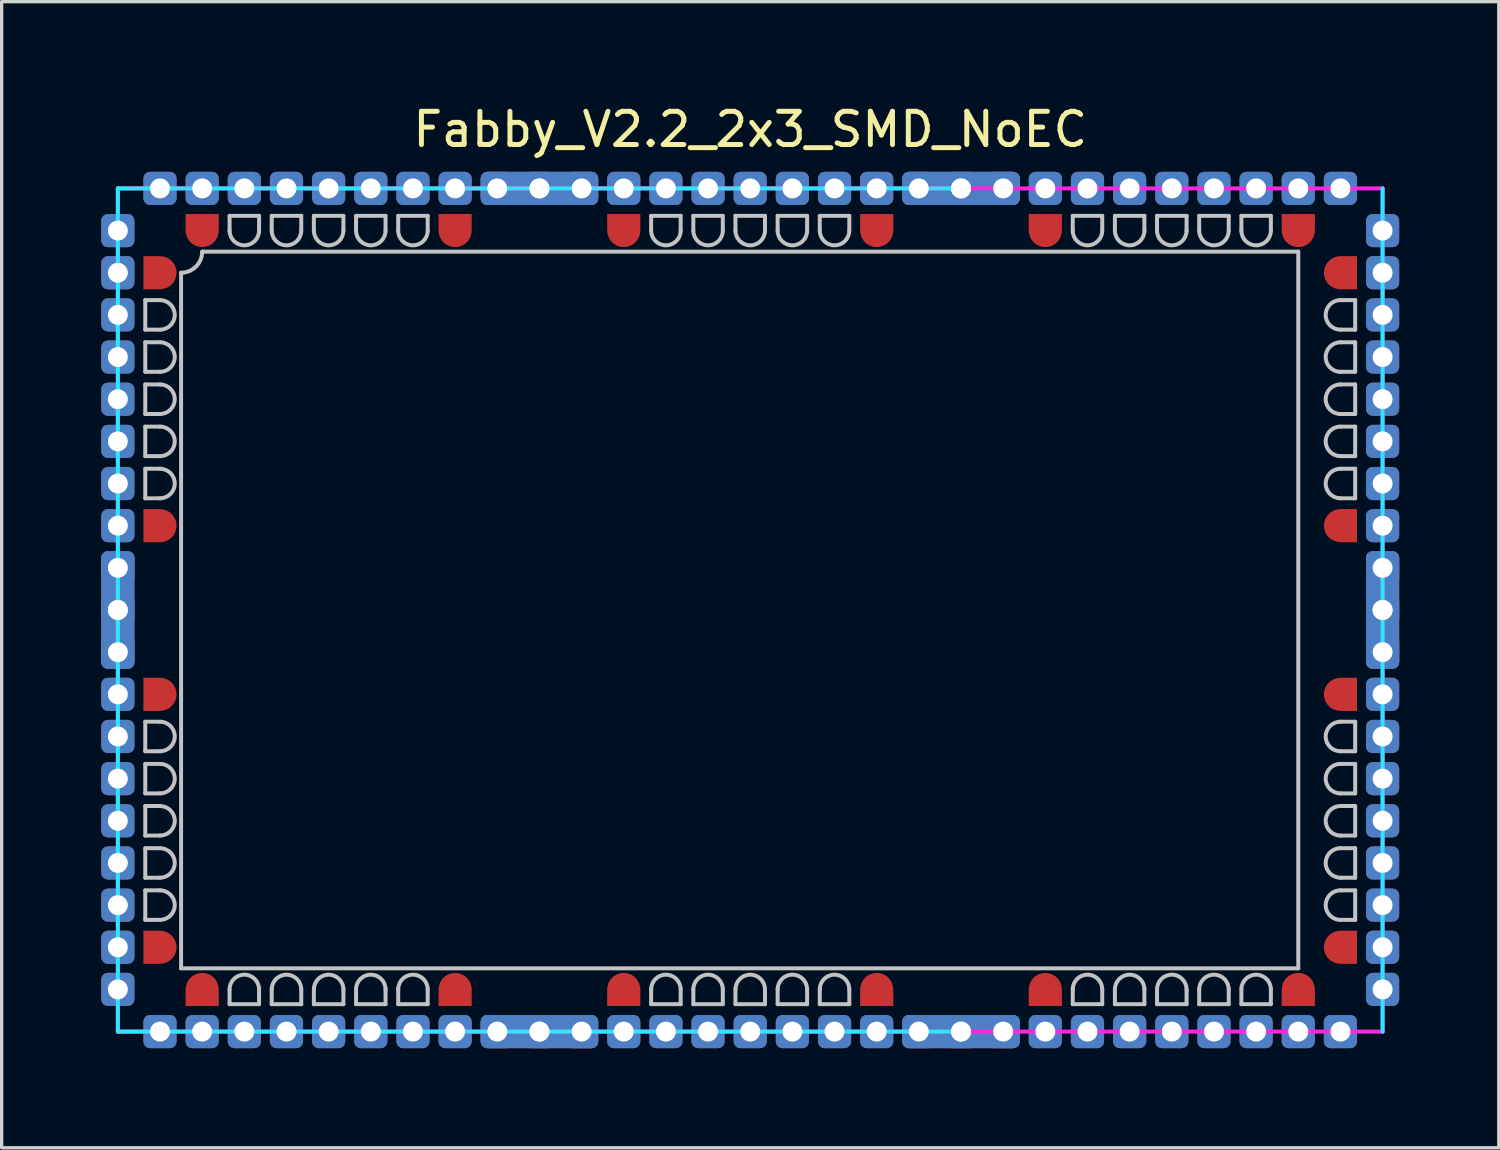
<source format=kicad_pcb>
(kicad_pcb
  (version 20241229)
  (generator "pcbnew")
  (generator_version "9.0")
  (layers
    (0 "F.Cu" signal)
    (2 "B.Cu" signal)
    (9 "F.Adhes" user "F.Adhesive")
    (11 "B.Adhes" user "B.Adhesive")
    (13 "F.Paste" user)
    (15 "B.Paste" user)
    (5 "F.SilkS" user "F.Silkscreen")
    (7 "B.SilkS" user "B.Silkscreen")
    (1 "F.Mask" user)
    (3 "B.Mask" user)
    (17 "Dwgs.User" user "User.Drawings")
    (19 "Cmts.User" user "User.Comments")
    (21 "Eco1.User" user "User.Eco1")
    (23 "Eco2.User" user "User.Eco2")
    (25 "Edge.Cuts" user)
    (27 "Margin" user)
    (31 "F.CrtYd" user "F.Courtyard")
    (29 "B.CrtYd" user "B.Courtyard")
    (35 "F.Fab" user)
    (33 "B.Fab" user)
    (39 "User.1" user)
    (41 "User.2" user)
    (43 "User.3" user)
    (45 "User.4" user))
  (footprint "Fabby_V2.2_2x3_SMD_NoEC"
    (layer "F.Cu")
    (at 19.55 15.326)
    (property "Reference" "Fabby_V2.2_2x3_SMD_NoEC" (at 0 -14.478 0) (layer "F.SilkS") (effects (font (size 1 1) (thickness 0.15))))
    (attr through_hole)
    (fp_line (start -18.224 -9.335) (end -18.224 -8.445) (stroke (width 0.12) (type solid)) (layer "Dwgs.User"))
    (fp_line (start -18.224 -9.335) (end -17.78 -9.335) (stroke (width 0.12) (type solid)) (layer "Dwgs.User"))
    (fp_line (start -18.224 -8.445) (end -17.78 -8.445) (stroke (width 0.12) (type solid)) (layer "Dwgs.User"))
    (fp_line (start -18.224 -8.065) (end -18.224 -7.176) (stroke (width 0.12) (type solid)) (layer "Dwgs.User"))
    (fp_line (start -18.224 -8.065) (end -17.78 -8.065) (stroke (width 0.12) (type solid)) (layer "Dwgs.User"))
    (fp_line (start -18.224 -7.176) (end -17.78 -7.176) (stroke (width 0.12) (type solid)) (layer "Dwgs.User"))
    (fp_line (start -18.224 -6.795) (end -18.224 -5.905) (stroke (width 0.12) (type solid)) (layer "Dwgs.User"))
    (fp_line (start -18.224 -6.795) (end -17.78 -6.795) (stroke (width 0.12) (type solid)) (layer "Dwgs.User"))
    (fp_line (start -18.224 -5.905) (end -17.78 -5.905) (stroke (width 0.12) (type solid)) (layer "Dwgs.User"))
    (fp_line (start -18.224 -5.524) (end -18.224 -4.636) (stroke (width 0.12) (type solid)) (layer "Dwgs.User"))
    (fp_line (start -18.224 -5.524) (end -17.78 -5.524) (stroke (width 0.12) (type solid)) (layer "Dwgs.User"))
    (fp_line (start -18.224 -4.636) (end -17.78 -4.636) (stroke (width 0.12) (type solid)) (layer "Dwgs.User"))
    (fp_line (start -18.224 -4.255) (end -18.224 -3.365) (stroke (width 0.12) (type solid)) (layer "Dwgs.User"))
    (fp_line (start -18.224 -4.255) (end -17.78 -4.255) (stroke (width 0.12) (type solid)) (layer "Dwgs.User"))
    (fp_line (start -18.224 -3.365) (end -17.78 -3.365) (stroke (width 0.12) (type solid)) (layer "Dwgs.User"))
    (fp_line (start -18.224 3.365) (end -18.224 4.255) (stroke (width 0.12) (type solid)) (layer "Dwgs.User"))
    (fp_line (start -18.224 3.365) (end -17.78 3.365) (stroke (width 0.12) (type solid)) (layer "Dwgs.User"))
    (fp_line (start -18.224 4.255) (end -17.78 4.255) (stroke (width 0.12) (type solid)) (layer "Dwgs.User"))
    (fp_line (start -18.224 4.636) (end -18.224 5.524) (stroke (width 0.12) (type solid)) (layer "Dwgs.User"))
    (fp_line (start -18.224 4.636) (end -17.78 4.636) (stroke (width 0.12) (type solid)) (layer "Dwgs.User"))
    (fp_line (start -18.224 5.524) (end -17.78 5.524) (stroke (width 0.12) (type solid)) (layer "Dwgs.User"))
    (fp_line (start -18.224 5.905) (end -18.224 6.795) (stroke (width 0.12) (type solid)) (layer "Dwgs.User"))
    (fp_line (start -18.224 5.905) (end -17.78 5.905) (stroke (width 0.12) (type solid)) (layer "Dwgs.User"))
    (fp_line (start -18.224 6.795) (end -17.78 6.795) (stroke (width 0.12) (type solid)) (layer "Dwgs.User"))
    (fp_line (start -18.224 7.176) (end -18.224 8.065) (stroke (width 0.12) (type solid)) (layer "Dwgs.User"))
    (fp_line (start -18.224 7.176) (end -17.78 7.176) (stroke (width 0.12) (type solid)) (layer "Dwgs.User"))
    (fp_line (start -18.224 8.065) (end -17.78 8.065) (stroke (width 0.12) (type solid)) (layer "Dwgs.User"))
    (fp_line (start -18.224 8.445) (end -18.224 9.335) (stroke (width 0.12) (type solid)) (layer "Dwgs.User"))
    (fp_line (start -18.224 8.445) (end -17.78 8.445) (stroke (width 0.12) (type solid)) (layer "Dwgs.User"))
    (fp_line (start -18.224 9.335) (end -17.78 9.335) (stroke (width 0.12) (type solid)) (layer "Dwgs.User"))
    (fp_line (start -17.145 10.795) (end -17.145 -10.16) (stroke (width 0.12) (type solid)) (layer "Dwgs.User"))
    (fp_line (start -16.51 -10.795) (end 16.51 -10.795) (stroke (width 0.12) (type solid)) (layer "Dwgs.User"))
    (fp_line (start -15.684 -11.874) (end -15.684 -11.43) (stroke (width 0.12) (type solid)) (layer "Dwgs.User"))
    (fp_line (start -15.684 11.874) (end -15.684 11.43) (stroke (width 0.12) (type solid)) (layer "Dwgs.User"))
    (fp_line (start -15.684 11.874) (end -14.796 11.874) (stroke (width 0.12) (type solid)) (layer "Dwgs.User"))
    (fp_line (start -14.796 -11.874) (end -15.684 -11.874) (stroke (width 0.12) (type solid)) (layer "Dwgs.User"))
    (fp_line (start -14.796 -11.874) (end -14.796 -11.43) (stroke (width 0.12) (type solid)) (layer "Dwgs.User"))
    (fp_line (start -14.796 11.874) (end -14.796 11.43) (stroke (width 0.12) (type solid)) (layer "Dwgs.User"))
    (fp_line (start -14.415 -11.874) (end -14.415 -11.43) (stroke (width 0.12) (type solid)) (layer "Dwgs.User"))
    (fp_line (start -14.415 11.874) (end -14.415 11.43) (stroke (width 0.12) (type solid)) (layer "Dwgs.User"))
    (fp_line (start -14.415 11.874) (end -13.525 11.874) (stroke (width 0.12) (type solid)) (layer "Dwgs.User"))
    (fp_line (start -13.525 -11.874) (end -14.415 -11.874) (stroke (width 0.12) (type solid)) (layer "Dwgs.User"))
    (fp_line (start -13.525 -11.874) (end -13.525 -11.43) (stroke (width 0.12) (type solid)) (layer "Dwgs.User"))
    (fp_line (start -13.525 11.874) (end -13.525 11.43) (stroke (width 0.12) (type solid)) (layer "Dwgs.User"))
    (fp_line (start -13.145 -11.874) (end -13.145 -11.43) (stroke (width 0.12) (type solid)) (layer "Dwgs.User"))
    (fp_line (start -13.145 11.874) (end -13.145 11.43) (stroke (width 0.12) (type solid)) (layer "Dwgs.User"))
    (fp_line (start -13.145 11.874) (end -12.255 11.874) (stroke (width 0.12) (type solid)) (layer "Dwgs.User"))
    (fp_line (start -12.255 -11.874) (end -13.145 -11.874) (stroke (width 0.12) (type solid)) (layer "Dwgs.User"))
    (fp_line (start -12.255 -11.874) (end -12.255 -11.43) (stroke (width 0.12) (type solid)) (layer "Dwgs.User"))
    (fp_line (start -12.255 11.874) (end -12.255 11.43) (stroke (width 0.12) (type solid)) (layer "Dwgs.User"))
    (fp_line (start -11.874 -11.874) (end -11.874 -11.43) (stroke (width 0.12) (type solid)) (layer "Dwgs.User"))
    (fp_line (start -11.874 11.874) (end -11.874 11.43) (stroke (width 0.12) (type solid)) (layer "Dwgs.User"))
    (fp_line (start -11.874 11.874) (end -10.986 11.874) (stroke (width 0.12) (type solid)) (layer "Dwgs.User"))
    (fp_line (start -10.986 -11.874) (end -11.874 -11.874) (stroke (width 0.12) (type solid)) (layer "Dwgs.User"))
    (fp_line (start -10.986 -11.874) (end -10.986 -11.43) (stroke (width 0.12) (type solid)) (layer "Dwgs.User"))
    (fp_line (start -10.986 11.874) (end -10.986 11.43) (stroke (width 0.12) (type solid)) (layer "Dwgs.User"))
    (fp_line (start -10.604 -11.874) (end -10.604 -11.43) (stroke (width 0.12) (type solid)) (layer "Dwgs.User"))
    (fp_line (start -10.604 11.874) (end -10.604 11.43) (stroke (width 0.12) (type solid)) (layer "Dwgs.User"))
    (fp_line (start -10.604 11.874) (end -9.716 11.874) (stroke (width 0.12) (type solid)) (layer "Dwgs.User"))
    (fp_line (start -9.716 -11.874) (end -10.604 -11.874) (stroke (width 0.12) (type solid)) (layer "Dwgs.User"))
    (fp_line (start -9.716 -11.874) (end -9.716 -11.43) (stroke (width 0.12) (type solid)) (layer "Dwgs.User"))
    (fp_line (start -9.716 11.874) (end -9.716 11.43) (stroke (width 0.12) (type solid)) (layer "Dwgs.User"))
    (fp_line (start -2.985 -11.874) (end -2.985 -11.43) (stroke (width 0.12) (type solid)) (layer "Dwgs.User"))
    (fp_line (start -2.985 11.874) (end -2.985 11.43) (stroke (width 0.12) (type solid)) (layer "Dwgs.User"))
    (fp_line (start -2.985 11.874) (end -2.095 11.874) (stroke (width 0.12) (type solid)) (layer "Dwgs.User"))
    (fp_line (start -2.095 -11.874) (end -2.985 -11.874) (stroke (width 0.12) (type solid)) (layer "Dwgs.User"))
    (fp_line (start -2.095 -11.874) (end -2.095 -11.43) (stroke (width 0.12) (type solid)) (layer "Dwgs.User"))
    (fp_line (start -2.095 11.874) (end -2.095 11.43) (stroke (width 0.12) (type solid)) (layer "Dwgs.User"))
    (fp_line (start -1.714 -11.874) (end -1.714 -11.43) (stroke (width 0.12) (type solid)) (layer "Dwgs.User"))
    (fp_line (start -1.714 11.874) (end -1.714 11.43) (stroke (width 0.12) (type solid)) (layer "Dwgs.User"))
    (fp_line (start -1.714 11.874) (end -0.826 11.874) (stroke (width 0.12) (type solid)) (layer "Dwgs.User"))
    (fp_line (start -0.826 -11.874) (end -1.714 -11.874) (stroke (width 0.12) (type solid)) (layer "Dwgs.User"))
    (fp_line (start -0.826 -11.874) (end -0.826 -11.43) (stroke (width 0.12) (type solid)) (layer "Dwgs.User"))
    (fp_line (start -0.826 11.874) (end -0.826 11.43) (stroke (width 0.12) (type solid)) (layer "Dwgs.User"))
    (fp_line (start -0.445 -11.874) (end -0.445 -11.43) (stroke (width 0.12) (type solid)) (layer "Dwgs.User"))
    (fp_line (start -0.445 11.874) (end -0.445 11.43) (stroke (width 0.12) (type solid)) (layer "Dwgs.User"))
    (fp_line (start -0.445 11.874) (end 0.445 11.874) (stroke (width 0.12) (type solid)) (layer "Dwgs.User"))
    (fp_line (start 0.445 -11.874) (end -0.445 -11.874) (stroke (width 0.12) (type solid)) (layer "Dwgs.User"))
    (fp_line (start 0.445 -11.874) (end 0.445 -11.43) (stroke (width 0.12) (type solid)) (layer "Dwgs.User"))
    (fp_line (start 0.445 11.874) (end 0.445 11.43) (stroke (width 0.12) (type solid)) (layer "Dwgs.User"))
    (fp_line (start 0.826 -11.874) (end 0.826 -11.43) (stroke (width 0.12) (type solid)) (layer "Dwgs.User"))
    (fp_line (start 0.826 11.874) (end 0.826 11.43) (stroke (width 0.12) (type solid)) (layer "Dwgs.User"))
    (fp_line (start 0.826 11.874) (end 1.714 11.874) (stroke (width 0.12) (type solid)) (layer "Dwgs.User"))
    (fp_line (start 1.714 -11.874) (end 0.826 -11.874) (stroke (width 0.12) (type solid)) (layer "Dwgs.User"))
    (fp_line (start 1.714 -11.874) (end 1.714 -11.43) (stroke (width 0.12) (type solid)) (layer "Dwgs.User"))
    (fp_line (start 1.714 11.874) (end 1.714 11.43) (stroke (width 0.12) (type solid)) (layer "Dwgs.User"))
    (fp_line (start 2.095 -11.874) (end 2.095 -11.43) (stroke (width 0.12) (type solid)) (layer "Dwgs.User"))
    (fp_line (start 2.095 11.874) (end 2.095 11.43) (stroke (width 0.12) (type solid)) (layer "Dwgs.User"))
    (fp_line (start 2.095 11.874) (end 2.985 11.874) (stroke (width 0.12) (type solid)) (layer "Dwgs.User"))
    (fp_line (start 2.985 -11.874) (end 2.095 -11.874) (stroke (width 0.12) (type solid)) (layer "Dwgs.User"))
    (fp_line (start 2.985 -11.874) (end 2.985 -11.43) (stroke (width 0.12) (type solid)) (layer "Dwgs.User"))
    (fp_line (start 2.985 11.874) (end 2.985 11.43) (stroke (width 0.12) (type solid)) (layer "Dwgs.User"))
    (fp_line (start 9.716 -11.874) (end 9.716 -11.43) (stroke (width 0.12) (type solid)) (layer "Dwgs.User"))
    (fp_line (start 9.716 11.874) (end 9.716 11.43) (stroke (width 0.12) (type solid)) (layer "Dwgs.User"))
    (fp_line (start 9.716 11.874) (end 10.604 11.874) (stroke (width 0.12) (type solid)) (layer "Dwgs.User"))
    (fp_line (start 10.604 -11.874) (end 9.716 -11.874) (stroke (width 0.12) (type solid)) (layer "Dwgs.User"))
    (fp_line (start 10.604 -11.874) (end 10.604 -11.43) (stroke (width 0.12) (type solid)) (layer "Dwgs.User"))
    (fp_line (start 10.604 11.874) (end 10.604 11.43) (stroke (width 0.12) (type solid)) (layer "Dwgs.User"))
    (fp_line (start 10.986 -11.874) (end 10.986 -11.43) (stroke (width 0.12) (type solid)) (layer "Dwgs.User"))
    (fp_line (start 10.986 11.874) (end 10.986 11.43) (stroke (width 0.12) (type solid)) (layer "Dwgs.User"))
    (fp_line (start 10.986 11.874) (end 11.874 11.874) (stroke (width 0.12) (type solid)) (layer "Dwgs.User"))
    (fp_line (start 11.874 -11.874) (end 10.986 -11.874) (stroke (width 0.12) (type solid)) (layer "Dwgs.User"))
    (fp_line (start 11.874 -11.874) (end 11.874 -11.43) (stroke (width 0.12) (type solid)) (layer "Dwgs.User"))
    (fp_line (start 11.874 11.874) (end 11.874 11.43) (stroke (width 0.12) (type solid)) (layer "Dwgs.User"))
    (fp_line (start 12.255 -11.874) (end 12.255 -11.43) (stroke (width 0.12) (type solid)) (layer "Dwgs.User"))
    (fp_line (start 12.255 11.874) (end 12.255 11.43) (stroke (width 0.12) (type solid)) (layer "Dwgs.User"))
    (fp_line (start 12.255 11.874) (end 13.145 11.874) (stroke (width 0.12) (type solid)) (layer "Dwgs.User"))
    (fp_line (start 13.145 -11.874) (end 12.255 -11.874) (stroke (width 0.12) (type solid)) (layer "Dwgs.User"))
    (fp_line (start 13.145 -11.874) (end 13.145 -11.43) (stroke (width 0.12) (type solid)) (layer "Dwgs.User"))
    (fp_line (start 13.145 11.874) (end 13.145 11.43) (stroke (width 0.12) (type solid)) (layer "Dwgs.User"))
    (fp_line (start 13.525 -11.874) (end 13.525 -11.43) (stroke (width 0.12) (type solid)) (layer "Dwgs.User"))
    (fp_line (start 13.525 11.874) (end 13.525 11.43) (stroke (width 0.12) (type solid)) (layer "Dwgs.User"))
    (fp_line (start 13.525 11.874) (end 14.415 11.874) (stroke (width 0.12) (type solid)) (layer "Dwgs.User"))
    (fp_line (start 14.415 -11.874) (end 13.525 -11.874) (stroke (width 0.12) (type solid)) (layer "Dwgs.User"))
    (fp_line (start 14.415 -11.874) (end 14.415 -11.43) (stroke (width 0.12) (type solid)) (layer "Dwgs.User"))
    (fp_line (start 14.415 11.874) (end 14.415 11.43) (stroke (width 0.12) (type solid)) (layer "Dwgs.User"))
    (fp_line (start 14.796 -11.874) (end 14.796 -11.43) (stroke (width 0.12) (type solid)) (layer "Dwgs.User"))
    (fp_line (start 14.796 11.874) (end 14.796 11.43) (stroke (width 0.12) (type solid)) (layer "Dwgs.User"))
    (fp_line (start 14.796 11.874) (end 15.684 11.874) (stroke (width 0.12) (type solid)) (layer "Dwgs.User"))
    (fp_line (start 15.684 -11.874) (end 14.796 -11.874) (stroke (width 0.12) (type solid)) (layer "Dwgs.User"))
    (fp_line (start 15.684 -11.874) (end 15.684 -11.43) (stroke (width 0.12) (type solid)) (layer "Dwgs.User"))
    (fp_line (start 15.684 11.874) (end 15.684 11.43) (stroke (width 0.12) (type solid)) (layer "Dwgs.User"))
    (fp_line (start 16.51 -10.795) (end 16.51 10.795) (stroke (width 0.12) (type solid)) (layer "Dwgs.User"))
    (fp_line (start 16.51 10.795) (end -17.145 10.795) (stroke (width 0.12) (type solid)) (layer "Dwgs.User"))
    (fp_line (start 18.224 -9.335) (end 17.78 -9.335) (stroke (width 0.12) (type solid)) (layer "Dwgs.User"))
    (fp_line (start 18.224 -8.445) (end 17.78 -8.445) (stroke (width 0.12) (type solid)) (layer "Dwgs.User"))
    (fp_line (start 18.224 -8.445) (end 18.224 -9.335) (stroke (width 0.12) (type solid)) (layer "Dwgs.User"))
    (fp_line (start 18.224 -8.065) (end 17.78 -8.065) (stroke (width 0.12) (type solid)) (layer "Dwgs.User"))
    (fp_line (start 18.224 -7.176) (end 17.78 -7.176) (stroke (width 0.12) (type solid)) (layer "Dwgs.User"))
    (fp_line (start 18.224 -7.176) (end 18.224 -8.065) (stroke (width 0.12) (type solid)) (layer "Dwgs.User"))
    (fp_line (start 18.224 -6.795) (end 17.78 -6.795) (stroke (width 0.12) (type solid)) (layer "Dwgs.User"))
    (fp_line (start 18.224 -5.905) (end 17.78 -5.905) (stroke (width 0.12) (type solid)) (layer "Dwgs.User"))
    (fp_line (start 18.224 -5.905) (end 18.224 -6.795) (stroke (width 0.12) (type solid)) (layer "Dwgs.User"))
    (fp_line (start 18.224 -5.524) (end 17.78 -5.524) (stroke (width 0.12) (type solid)) (layer "Dwgs.User"))
    (fp_line (start 18.224 -4.636) (end 17.78 -4.636) (stroke (width 0.12) (type solid)) (layer "Dwgs.User"))
    (fp_line (start 18.224 -4.636) (end 18.224 -5.524) (stroke (width 0.12) (type solid)) (layer "Dwgs.User"))
    (fp_line (start 18.224 -4.255) (end 17.78 -4.255) (stroke (width 0.12) (type solid)) (layer "Dwgs.User"))
    (fp_line (start 18.224 -3.365) (end 17.78 -3.365) (stroke (width 0.12) (type solid)) (layer "Dwgs.User"))
    (fp_line (start 18.224 -3.365) (end 18.224 -4.255) (stroke (width 0.12) (type solid)) (layer "Dwgs.User"))
    (fp_line (start 18.224 3.365) (end 17.78 3.365) (stroke (width 0.12) (type solid)) (layer "Dwgs.User"))
    (fp_line (start 18.224 4.255) (end 17.78 4.255) (stroke (width 0.12) (type solid)) (layer "Dwgs.User"))
    (fp_line (start 18.224 4.255) (end 18.224 3.365) (stroke (width 0.12) (type solid)) (layer "Dwgs.User"))
    (fp_line (start 18.224 4.636) (end 17.78 4.636) (stroke (width 0.12) (type solid)) (layer "Dwgs.User"))
    (fp_line (start 18.224 5.524) (end 17.78 5.524) (stroke (width 0.12) (type solid)) (layer "Dwgs.User"))
    (fp_line (start 18.224 5.524) (end 18.224 4.636) (stroke (width 0.12) (type solid)) (layer "Dwgs.User"))
    (fp_line (start 18.224 5.905) (end 17.78 5.905) (stroke (width 0.12) (type solid)) (layer "Dwgs.User"))
    (fp_line (start 18.224 6.795) (end 17.78 6.795) (stroke (width 0.12) (type solid)) (layer "Dwgs.User"))
    (fp_line (start 18.224 6.795) (end 18.224 5.905) (stroke (width 0.12) (type solid)) (layer "Dwgs.User"))
    (fp_line (start 18.224 7.176) (end 17.78 7.176) (stroke (width 0.12) (type solid)) (layer "Dwgs.User"))
    (fp_line (start 18.224 8.065) (end 17.78 8.065) (stroke (width 0.12) (type solid)) (layer "Dwgs.User"))
    (fp_line (start 18.224 8.065) (end 18.224 7.176) (stroke (width 0.12) (type solid)) (layer "Dwgs.User"))
    (fp_line (start 18.224 8.445) (end 17.78 8.445) (stroke (width 0.12) (type solid)) (layer "Dwgs.User"))
    (fp_line (start 18.224 9.335) (end 17.78 9.335) (stroke (width 0.12) (type solid)) (layer "Dwgs.User"))
    (fp_line (start 18.224 9.335) (end 18.224 8.445) (stroke (width 0.12) (type solid)) (layer "Dwgs.User"))
    (fp_arc (start -17.78 -9.3345) (mid -17.3355 -8.89) (end -17.78 -8.4455) (stroke (width 0.12) (type solid)) (layer "Dwgs.User"))
    (fp_arc (start -17.78 -8.0645) (mid -17.3355 -7.62) (end -17.78 -7.1755) (stroke (width 0.12) (type solid)) (layer "Dwgs.User"))
    (fp_arc (start -17.78 -6.7945) (mid -17.3355 -6.35) (end -17.78 -5.9055) (stroke (width 0.12) (type solid)) (layer "Dwgs.User"))
    (fp_arc (start -17.78 -5.5245) (mid -17.3355 -5.08) (end -17.78 -4.6355) (stroke (width 0.12) (type solid)) (layer "Dwgs.User"))
    (fp_arc (start -17.78 -4.2545) (mid -17.3355 -3.81) (end -17.78 -3.3655) (stroke (width 0.12) (type solid)) (layer "Dwgs.User"))
    (fp_arc (start -17.78 3.3655) (mid -17.3355 3.81) (end -17.78 4.2545) (stroke (width 0.12) (type solid)) (layer "Dwgs.User"))
    (fp_arc (start -17.78 4.6355) (mid -17.3355 5.08) (end -17.78 5.5245) (stroke (width 0.12) (type solid)) (layer "Dwgs.User"))
    (fp_arc (start -17.78 5.9055) (mid -17.3355 6.35) (end -17.78 6.7945) (stroke (width 0.12) (type solid)) (layer "Dwgs.User"))
    (fp_arc (start -17.78 7.1755) (mid -17.3355 7.62) (end -17.78 8.0645) (stroke (width 0.12) (type solid)) (layer "Dwgs.User"))
    (fp_arc (start -17.78 8.4455) (mid -17.3355 8.89) (end -17.78 9.3345) (stroke (width 0.12) (type solid)) (layer "Dwgs.User"))
    (fp_arc (start -16.51 -10.795) (mid -16.695987 -10.345987) (end -17.145 -10.16) (stroke (width 0.12) (type solid)) (layer "Dwgs.User"))
    (fp_arc (start -15.6845 11.43) (mid -15.24 10.9855) (end -14.7955 11.43) (stroke (width 0.12) (type solid)) (layer "Dwgs.User"))
    (fp_arc (start -14.7955 -11.43) (mid -15.24 -10.9855) (end -15.6845 -11.43) (stroke (width 0.12) (type solid)) (layer "Dwgs.User"))
    (fp_arc (start -14.4145 11.43) (mid -13.97 10.9855) (end -13.5255 11.43) (stroke (width 0.12) (type solid)) (layer "Dwgs.User"))
    (fp_arc (start -13.5255 -11.43) (mid -13.97 -10.9855) (end -14.4145 -11.43) (stroke (width 0.12) (type solid)) (layer "Dwgs.User"))
    (fp_arc (start -13.1445 11.43) (mid -12.7 10.9855) (end -12.2555 11.43) (stroke (width 0.12) (type solid)) (layer "Dwgs.User"))
    (fp_arc (start -12.2555 -11.43) (mid -12.7 -10.9855) (end -13.1445 -11.43) (stroke (width 0.12) (type solid)) (layer "Dwgs.User"))
    (fp_arc (start -11.8745 11.43) (mid -11.43 10.9855) (end -10.9855 11.43) (stroke (width 0.12) (type solid)) (layer "Dwgs.User"))
    (fp_arc (start -10.9855 -11.43) (mid -11.43 -10.9855) (end -11.8745 -11.43) (stroke (width 0.12) (type solid)) (layer "Dwgs.User"))
    (fp_arc (start -10.6045 11.43) (mid -10.16 10.9855) (end -9.7155 11.43) (stroke (width 0.12) (type solid)) (layer "Dwgs.User"))
    (fp_arc (start -9.7155 -11.43) (mid -10.16 -10.9855) (end -10.6045 -11.43) (stroke (width 0.12) (type solid)) (layer "Dwgs.User"))
    (fp_arc (start -2.9845 11.43) (mid -2.54 10.9855) (end -2.0955 11.43) (stroke (width 0.12) (type solid)) (layer "Dwgs.User"))
    (fp_arc (start -2.0955 -11.43) (mid -2.54 -10.9855) (end -2.9845 -11.43) (stroke (width 0.12) (type solid)) (layer "Dwgs.User"))
    (fp_arc (start -1.7145 11.43) (mid -1.27 10.9855) (end -0.8255 11.43) (stroke (width 0.12) (type solid)) (layer "Dwgs.User"))
    (fp_arc (start -0.8255 -11.43) (mid -1.27 -10.9855) (end -1.7145 -11.43) (stroke (width 0.12) (type solid)) (layer "Dwgs.User"))
    (fp_arc (start -0.4445 11.43) (mid 0 10.9855) (end 0.4445 11.43) (stroke (width 0.12) (type solid)) (layer "Dwgs.User"))
    (fp_arc (start 0.4445 -11.43) (mid 0 -10.9855) (end -0.4445 -11.43) (stroke (width 0.12) (type solid)) (layer "Dwgs.User"))
    (fp_arc (start 0.8255 11.43) (mid 1.27 10.9855) (end 1.7145 11.43) (stroke (width 0.12) (type solid)) (layer "Dwgs.User"))
    (fp_arc (start 1.7145 -11.43) (mid 1.27 -10.9855) (end 0.8255 -11.43) (stroke (width 0.12) (type solid)) (layer "Dwgs.User"))
    (fp_arc (start 2.0955 11.43) (mid 2.54 10.9855) (end 2.9845 11.43) (stroke (width 0.12) (type solid)) (layer "Dwgs.User"))
    (fp_arc (start 2.9845 -11.43) (mid 2.54 -10.9855) (end 2.0955 -11.43) (stroke (width 0.12) (type solid)) (layer "Dwgs.User"))
    (fp_arc (start 9.7155 11.43) (mid 10.16 10.9855) (end 10.6045 11.43) (stroke (width 0.12) (type solid)) (layer "Dwgs.User"))
    (fp_arc (start 10.6045 -11.43) (mid 10.16 -10.9855) (end 9.7155 -11.43) (stroke (width 0.12) (type solid)) (layer "Dwgs.User"))
    (fp_arc (start 10.9855 11.43) (mid 11.43 10.9855) (end 11.8745 11.43) (stroke (width 0.12) (type solid)) (layer "Dwgs.User"))
    (fp_arc (start 11.8745 -11.43) (mid 11.43 -10.9855) (end 10.9855 -11.43) (stroke (width 0.12) (type solid)) (layer "Dwgs.User"))
    (fp_arc (start 12.2555 11.43) (mid 12.7 10.9855) (end 13.1445 11.43) (stroke (width 0.12) (type solid)) (layer "Dwgs.User"))
    (fp_arc (start 13.1445 -11.43) (mid 12.7 -10.9855) (end 12.2555 -11.43) (stroke (width 0.12) (type solid)) (layer "Dwgs.User"))
    (fp_arc (start 13.5255 11.43) (mid 13.97 10.9855) (end 14.4145 11.43) (stroke (width 0.12) (type solid)) (layer "Dwgs.User"))
    (fp_arc (start 14.4145 -11.43) (mid 13.97 -10.9855) (end 13.5255 -11.43) (stroke (width 0.12) (type solid)) (layer "Dwgs.User"))
    (fp_arc (start 14.7955 11.43) (mid 15.24 10.9855) (end 15.6845 11.43) (stroke (width 0.12) (type solid)) (layer "Dwgs.User"))
    (fp_arc (start 15.6845 -11.43) (mid 15.24 -10.9855) (end 14.7955 -11.43) (stroke (width 0.12) (type solid)) (layer "Dwgs.User"))
    (fp_arc (start 17.78 -8.4455) (mid 17.3355 -8.89) (end 17.78 -9.3345) (stroke (width 0.12) (type solid)) (layer "Dwgs.User"))
    (fp_arc (start 17.78 -7.1755) (mid 17.3355 -7.62) (end 17.78 -8.0645) (stroke (width 0.12) (type solid)) (layer "Dwgs.User"))
    (fp_arc (start 17.78 -5.9055) (mid 17.3355 -6.35) (end 17.78 -6.7945) (stroke (width 0.12) (type solid)) (layer "Dwgs.User"))
    (fp_arc (start 17.78 -4.6355) (mid 17.3355 -5.08) (end 17.78 -5.5245) (stroke (width 0.12) (type solid)) (layer "Dwgs.User"))
    (fp_arc (start 17.78 -3.3655) (mid 17.3355 -3.81) (end 17.78 -4.2545) (stroke (width 0.12) (type solid)) (layer "Dwgs.User"))
    (fp_arc (start 17.78 4.2545) (mid 17.3355 3.81) (end 17.78 3.3655) (stroke (width 0.12) (type solid)) (layer "Dwgs.User"))
    (fp_arc (start 17.78 5.5245) (mid 17.3355 5.08) (end 17.78 4.6355) (stroke (width 0.12) (type solid)) (layer "Dwgs.User"))
    (fp_arc (start 17.78 6.7945) (mid 17.3355 6.35) (end 17.78 5.9055) (stroke (width 0.12) (type solid)) (layer "Dwgs.User"))
    (fp_arc (start 17.78 8.0645) (mid 17.3355 7.62) (end 17.78 7.1755) (stroke (width 0.12) (type solid)) (layer "Dwgs.User"))
    (fp_arc (start 17.78 9.3345) (mid 17.3355 8.89) (end 17.78 8.4455) (stroke (width 0.12) (type solid)) (layer "Dwgs.User"))
    (fp_line (start -19.05 -12.7) (end 6.35 -12.7) (stroke (width 0.12) (type solid)) (layer "B.CrtYd"))
    (fp_line (start -19.05 12.7) (end -19.05 -12.7) (stroke (width 0.12) (type solid)) (layer "B.CrtYd"))
    (fp_line (start 6.35 12.7) (end -19.05 12.7) (stroke (width 0.12) (type solid)) (layer "B.CrtYd"))
    (fp_line (start 19.05 -12.7) (end 19.05 12.7) (stroke (width 0.12) (type solid)) (layer "B.CrtYd"))
    (fp_line (start -19.05 -12.7) (end 19.05 -12.7) (stroke (width 0.12) (type solid)) (layer "F.CrtYd"))
    (fp_line (start -19.05 12.7) (end -19.05 -12.7) (stroke (width 0.12) (type solid)) (layer "F.CrtYd"))
    (fp_line (start 19.05 -12.7) (end 19.05 12.7) (stroke (width 0.12) (type solid)) (layer "F.CrtYd"))
    (fp_line (start 19.05 12.7) (end -19.05 12.7) (stroke (width 0.12) (type solid)) (layer "F.CrtYd"))
    (pad "" thru_hole roundrect (at -19.05 -10.16 270) (size 1 1) (drill 0.6) (layers "*.Cu" "*.Mask") (roundrect_rratio 0.2))
    (pad "" thru_hole roundrect (at -19.05 -2.54 270) (size 1 1) (drill 0.6) (layers "*.Cu" "*.Mask") (roundrect_rratio 0.2))
    (pad "" thru_hole roundrect (at -19.05 2.54 270) (size 1 1) (drill 0.6) (layers "*.Cu" "*.Mask") (roundrect_rratio 0.2))
    (pad "" thru_hole roundrect (at -19.05 10.16 270) (size 1 1) (drill 0.6) (layers "*.Cu" "*.Mask") (roundrect_rratio 0.2))
    (pad "" thru_hole roundrect (at -16.51 -12.7 270) (size 1 1) (drill 0.6) (layers "*.Cu" "*.Mask") (roundrect_rratio 0.2))
    (pad "" thru_hole roundrect (at -16.51 12.7 270) (size 1 1) (drill 0.6) (layers "*.Cu" "*.Mask") (roundrect_rratio 0.2))
    (pad "" thru_hole roundrect (at -8.89 -12.7 270) (size 1 1) (drill 0.6) (layers "*.Cu" "*.Mask") (roundrect_rratio 0.2))
    (pad "" thru_hole roundrect (at -8.89 12.7 270) (size 1 1) (drill 0.6) (layers "*.Cu" "*.Mask") (roundrect_rratio 0.2))
    (pad "" thru_hole roundrect (at -3.81 -12.7 270) (size 1 1) (drill 0.6) (layers "*.Cu" "*.Mask") (roundrect_rratio 0.2))
    (pad "" thru_hole roundrect (at -3.81 12.7 270) (size 1 1) (drill 0.6) (layers "*.Cu" "*.Mask") (roundrect_rratio 0.2))
    (pad "" thru_hole roundrect (at 3.81 -12.7 270) (size 1 1) (drill 0.6) (layers "*.Cu" "*.Mask") (roundrect_rratio 0.2))
    (pad "" thru_hole roundrect (at 3.81 12.7 270) (size 1 1) (drill 0.6) (layers "*.Cu" "*.Mask") (roundrect_rratio 0.2))
    (pad "" thru_hole roundrect (at 8.89 -12.7 270) (size 1 1) (drill 0.6) (layers "*.Cu" "*.Mask") (roundrect_rratio 0.2))
    (pad "" thru_hole roundrect (at 8.89 12.7 270) (size 1 1) (drill 0.6) (layers "*.Cu" "*.Mask") (roundrect_rratio 0.2))
    (pad "" thru_hole roundrect (at 16.51 -12.7 270) (size 1 1) (drill 0.6) (layers "*.Cu" "*.Mask") (roundrect_rratio 0.2))
    (pad "" thru_hole roundrect (at 16.51 12.7 270) (size 1 1) (drill 0.6) (layers "*.Cu" "*.Mask") (roundrect_rratio 0.2))
    (pad "" thru_hole roundrect (at 19.05 -10.16 270) (size 1 1) (drill 0.6) (layers "*.Cu" "*.Mask") (roundrect_rratio 0.2))
    (pad "" thru_hole roundrect (at 19.05 -2.54 270) (size 1 1) (drill 0.6) (layers "*.Cu" "*.Mask") (roundrect_rratio 0.2))
    (pad "" thru_hole roundrect (at 19.05 2.54 270) (size 1 1) (drill 0.6) (layers "*.Cu" "*.Mask") (roundrect_rratio 0.2))
    (pad "" thru_hole roundrect (at 19.05 10.16 270) (size 1 1) (drill 0.6) (layers "*.Cu" "*.Mask") (roundrect_rratio 0.2))
    (pad "1" thru_hole roundrect (at -19.05 -11.43 270) (size 1 1) (drill 0.6) (layers "*.Cu" "*.Mask") (roundrect_rratio 0.2))
    (pad "1" thru_hole roundrect (at -19.05 -1.27 270) (size 1 1) (drill 0.6) (layers "*.Cu" "*.Mask") (roundrect_rratio 0.2))
    (pad "1" thru_hole roundrect (at -19.05 0 180) (size 1 2.254) (drill 0.6 (offset 0 -0.643)) (layers "*.Cu" "*.Mask") (roundrect_rratio 0.2))
    (pad "1" thru_hole roundrect (at -19.05 0) (size 1 2.254) (drill 0.6 (offset 0 -0.643)) (layers "*.Cu" "*.Mask") (roundrect_rratio 0.2))
    (pad "1" thru_hole roundrect (at -19.05 1.27 270) (size 1 1) (drill 0.6) (layers "*.Cu" "*.Mask") (roundrect_rratio 0.2))
    (pad "1" thru_hole roundrect (at -19.05 11.43 270) (size 1 1) (drill 0.6) (layers "*.Cu" "*.Mask") (roundrect_rratio 0.2))
    (pad "1" thru_hole roundrect (at -17.78 -12.7 180) (size 1 1) (drill 0.6) (layers "*.Cu" "*.Mask") (roundrect_rratio 0.2))
    (pad "1" thru_hole roundrect (at -17.78 12.7) (size 1 1) (drill 0.6) (layers "*.Cu" "*.Mask") (roundrect_rratio 0.2))
    (pad "1" thru_hole roundrect (at -7.62 -12.7) (size 1 1) (drill 0.6) (layers "*.Cu" "*.Mask") (roundrect_rratio 0.2))
    (pad "1" thru_hole roundrect (at -7.62 12.7) (size 1 1) (drill 0.6) (layers "*.Cu" "*.Mask") (roundrect_rratio 0.2))
    (pad "1" thru_hole roundrect (at -6.35 -12.7 90) (size 1 2.254) (drill 0.6 (offset 0 -0.643)) (layers "*.Cu" "*.Mask") (roundrect_rratio 0.2))
    (pad "1" thru_hole roundrect (at -6.35 -12.7 270) (size 1 2.254) (drill 0.6 (offset 0 -0.643)) (layers "*.Cu" "*.Mask") (roundrect_rratio 0.2))
    (pad "1" thru_hole roundrect (at -6.35 12.7 90) (size 1 2.254) (drill 0.6 (offset 0 -0.643)) (layers "*.Cu" "*.Mask") (roundrect_rratio 0.2))
    (pad "1" thru_hole roundrect (at -6.35 12.7 270) (size 1 2.254) (drill 0.6 (offset 0 -0.643)) (layers "*.Cu" "*.Mask") (roundrect_rratio 0.2))
    (pad "1" thru_hole roundrect (at -5.08 -12.7) (size 1 1) (drill 0.6) (layers "*.Cu" "*.Mask") (roundrect_rratio 0.2))
    (pad "1" thru_hole roundrect (at -5.08 12.7) (size 1 1) (drill 0.6) (layers "*.Cu" "*.Mask") (roundrect_rratio 0.2))
    (pad "1" thru_hole roundrect (at 5.08 -12.7) (size 1 1) (drill 0.6) (layers "*.Cu" "*.Mask") (roundrect_rratio 0.2))
    (pad "1" thru_hole roundrect (at 5.08 12.7) (size 1 1) (drill 0.6) (layers "*.Cu" "*.Mask") (roundrect_rratio 0.2))
    (pad "1" thru_hole roundrect (at 6.35 -12.7 90) (size 1 2.254) (drill 0.6 (offset 0 -0.643)) (layers "*.Cu" "*.Mask") (roundrect_rratio 0.2))
    (pad "1" thru_hole roundrect (at 6.35 -12.7 270) (size 1 2.254) (drill 0.6 (offset 0 -0.643)) (layers "*.Cu" "*.Mask") (roundrect_rratio 0.2))
    (pad "1" thru_hole roundrect (at 6.35 12.7 90) (size 1 2.254) (drill 0.6 (offset 0 -0.643)) (layers "*.Cu" "*.Mask") (roundrect_rratio 0.2))
    (pad "1" thru_hole roundrect (at 6.35 12.7 270) (size 1 2.254) (drill 0.6 (offset 0 -0.643)) (layers "*.Cu" "*.Mask") (roundrect_rratio 0.2))
    (pad "1" thru_hole roundrect (at 7.62 -12.7) (size 1 1) (drill 0.6) (layers "*.Cu" "*.Mask") (roundrect_rratio 0.2))
    (pad "1" thru_hole roundrect (at 7.62 12.7) (size 1 1) (drill 0.6) (layers "*.Cu" "*.Mask") (roundrect_rratio 0.2))
    (pad "1" thru_hole roundrect (at 17.78 -12.7 180) (size 1 1) (drill 0.6) (layers "*.Cu" "*.Mask") (roundrect_rratio 0.2))
    (pad "1" thru_hole roundrect (at 17.78 12.7) (size 1 1) (drill 0.6) (layers "*.Cu" "*.Mask") (roundrect_rratio 0.2))
    (pad "1" thru_hole roundrect (at 19.05 -11.43 90) (size 1 1) (drill 0.6) (layers "*.Cu" "*.Mask") (roundrect_rratio 0.2))
    (pad "1" thru_hole roundrect (at 19.05 -1.27 270) (size 1 1) (drill 0.6) (layers "*.Cu" "*.Mask") (roundrect_rratio 0.2))
    (pad "1" thru_hole roundrect (at 19.05 0 180) (size 1 2.254) (drill 0.6 (offset 0 -0.643)) (layers "*.Cu" "*.Mask") (roundrect_rratio 0.2))
    (pad "1" thru_hole roundrect (at 19.05 0) (size 1 2.254) (drill 0.6 (offset 0 -0.643)) (layers "*.Cu" "*.Mask") (roundrect_rratio 0.2))
    (pad "1" thru_hole roundrect (at 19.05 1.27 270) (size 1 1) (drill 0.6) (layers "*.Cu" "*.Mask") (roundrect_rratio 0.2))
    (pad "1" thru_hole roundrect (at 19.05 11.43 90) (size 1 1) (drill 0.6) (layers "*.Cu" "*.Mask") (roundrect_rratio 0.2))
    (pad "2" smd custom (at -17.78 -10.16) (size 1 1) (layers "F.Cu" "F.Mask" "F.Paste") (options (anchor circle)) (primitives (gr_poly (pts (xy -0.5 -0.5) (xy 0 -0.5) (xy 0 0.5) (xy -0.5 0.5)) (width 0) (fill yes))))
    (pad "3" thru_hole roundrect (at -19.05 -8.89 270) (size 1 1) (drill 0.6) (layers "*.Cu" "*.Mask") (roundrect_rratio 0.2))
    (pad "4" thru_hole roundrect (at -19.05 -7.62 270) (size 1 1) (drill 0.6) (layers "*.Cu" "*.Mask") (roundrect_rratio 0.2))
    (pad "5" thru_hole roundrect (at -19.05 -6.35 270) (size 1 1) (drill 0.6) (layers "*.Cu" "*.Mask") (roundrect_rratio 0.2))
    (pad "6" thru_hole roundrect (at -19.05 -5.08 270) (size 1 1) (drill 0.6) (layers "*.Cu" "*.Mask") (roundrect_rratio 0.2))
    (pad "7" thru_hole roundrect (at -19.05 -3.81 270) (size 1 1) (drill 0.6) (layers "*.Cu" "*.Mask") (roundrect_rratio 0.2))
    (pad "8" smd custom (at -17.78 -2.54) (size 1 1) (layers "F.Cu" "F.Mask" "F.Paste") (options (anchor circle)) (primitives (gr_poly (pts (xy -0.5 -0.5) (xy 0 -0.5) (xy 0 0.5) (xy -0.5 0.5)) (width 0) (fill yes))))
    (pad "9" smd custom (at -17.78 2.54) (size 1 1) (layers "F.Cu" "F.Mask" "F.Paste") (options (anchor circle)) (primitives (gr_poly (pts (xy -0.5 -0.5) (xy 0 -0.5) (xy 0 0.5) (xy -0.5 0.5)) (width 0) (fill yes))))
    (pad "10" thru_hole roundrect (at -19.05 3.81 270) (size 1 1) (drill 0.6) (layers "*.Cu" "*.Mask") (roundrect_rratio 0.2))
    (pad "11" thru_hole roundrect (at -19.05 5.08 270) (size 1 1) (drill 0.6) (layers "*.Cu" "*.Mask") (roundrect_rratio 0.2))
    (pad "12" thru_hole roundrect (at -19.05 6.35 270) (size 1 1) (drill 0.6) (layers "*.Cu" "*.Mask") (roundrect_rratio 0.2))
    (pad "13" thru_hole roundrect (at -19.05 7.62 270) (size 1 1) (drill 0.6) (layers "*.Cu" "*.Mask") (roundrect_rratio 0.2))
    (pad "14" thru_hole roundrect (at -19.05 8.89 270) (size 1 1) (drill 0.6) (layers "*.Cu" "*.Mask") (roundrect_rratio 0.2))
    (pad "15" smd custom (at -17.78 10.16) (size 1 1) (layers "F.Cu" "F.Mask" "F.Paste") (options (anchor circle)) (primitives (gr_poly (pts (xy -0.5 -0.5) (xy 0 -0.5) (xy 0 0.5) (xy -0.5 0.5)) (width 0) (fill yes))))
    (pad "16" smd custom (at -16.51 11.43 90) (size 1 1) (layers "F.Cu" "F.Mask" "F.Paste") (options (anchor circle)) (primitives (gr_poly (pts (xy -0.5 -0.5) (xy 0 -0.5) (xy 0 0.5) (xy -0.5 0.5)) (width 0) (fill yes))))
    (pad "17" thru_hole roundrect (at -15.24 12.7 270) (size 1 1) (drill 0.6) (layers "*.Cu" "*.Mask") (roundrect_rratio 0.2))
    (pad "18" thru_hole roundrect (at -13.97 12.7 270) (size 1 1) (drill 0.6) (layers "*.Cu" "*.Mask") (roundrect_rratio 0.2))
    (pad "19" thru_hole roundrect (at -12.7 12.7 270) (size 1 1) (drill 0.6) (layers "*.Cu" "*.Mask") (roundrect_rratio 0.2))
    (pad "20" thru_hole roundrect (at -11.43 12.7 270) (size 1 1) (drill 0.6) (layers "*.Cu" "*.Mask") (roundrect_rratio 0.2))
    (pad "21" thru_hole roundrect (at -10.16 12.7 270) (size 1 1) (drill 0.6) (layers "*.Cu" "*.Mask") (roundrect_rratio 0.2))
    (pad "22" smd custom (at -8.89 11.43 90) (size 1 1) (layers "F.Cu" "F.Mask" "F.Paste") (options (anchor circle)) (primitives (gr_poly (pts (xy -0.5 -0.5) (xy 0 -0.5) (xy 0 0.5) (xy -0.5 0.5)) (width 0) (fill yes))))
    (pad "23" smd custom (at -3.81 11.43 90) (size 1 1) (layers "F.Cu" "F.Mask" "F.Paste") (options (anchor circle)) (primitives (gr_poly (pts (xy -0.5 -0.5) (xy 0 -0.5) (xy 0 0.5) (xy -0.5 0.5)) (width 0) (fill yes))))
    (pad "24" thru_hole roundrect (at -2.54 12.7 270) (size 1 1) (drill 0.6) (layers "*.Cu" "*.Mask") (roundrect_rratio 0.2))
    (pad "25" thru_hole roundrect (at -1.27 12.7 270) (size 1 1) (drill 0.6) (layers "*.Cu" "*.Mask") (roundrect_rratio 0.2))
    (pad "26" thru_hole roundrect (at 0 12.7 270) (size 1 1) (drill 0.6) (layers "*.Cu" "*.Mask") (roundrect_rratio 0.2))
    (pad "27" thru_hole roundrect (at 1.27 12.7 270) (size 1 1) (drill 0.6) (layers "*.Cu" "*.Mask") (roundrect_rratio 0.2))
    (pad "28" thru_hole roundrect (at 2.54 12.7 270) (size 1 1) (drill 0.6) (layers "*.Cu" "*.Mask") (roundrect_rratio 0.2))
    (pad "29" smd custom (at 3.81 11.43 90) (size 1 1) (layers "F.Cu" "F.Mask" "F.Paste") (options (anchor circle)) (primitives (gr_poly (pts (xy -0.5 -0.5) (xy 0 -0.5) (xy 0 0.5) (xy -0.5 0.5)) (width 0) (fill yes))))
    (pad "30" smd custom (at 8.89 11.43 90) (size 1 1) (layers "F.Cu" "F.Mask" "F.Paste") (options (anchor circle)) (primitives (gr_poly (pts (xy -0.5 -0.5) (xy 0 -0.5) (xy 0 0.5) (xy -0.5 0.5)) (width 0) (fill yes))))
    (pad "31" thru_hole roundrect (at 10.16 12.7 270) (size 1 1) (drill 0.6) (layers "*.Cu" "*.Mask") (roundrect_rratio 0.2))
    (pad "32" thru_hole roundrect (at 11.43 12.7 270) (size 1 1) (drill 0.6) (layers "*.Cu" "*.Mask") (roundrect_rratio 0.2))
    (pad "33" thru_hole roundrect (at 12.7 12.7 270) (size 1 1) (drill 0.6) (layers "*.Cu" "*.Mask") (roundrect_rratio 0.2))
    (pad "34" thru_hole roundrect (at 13.97 12.7 270) (size 1 1) (drill 0.6) (layers "*.Cu" "*.Mask") (roundrect_rratio 0.2))
    (pad "35" thru_hole roundrect (at 15.24 12.7 270) (size 1 1) (drill 0.6) (layers "*.Cu" "*.Mask") (roundrect_rratio 0.2))
    (pad "36" smd custom (at 16.51 11.43 90) (size 1 1) (layers "F.Cu" "F.Mask" "F.Paste") (options (anchor circle)) (primitives (gr_poly (pts (xy -0.5 -0.5) (xy 0 -0.5) (xy 0 0.5) (xy -0.5 0.5)) (width 0) (fill yes))))
    (pad "37" smd custom (at 17.78 10.16 180) (size 1 1) (layers "F.Cu" "F.Mask" "F.Paste") (options (anchor circle)) (primitives (gr_poly (pts (xy -0.5 -0.5) (xy 0 -0.5) (xy 0 0.5) (xy -0.5 0.5)) (width 0) (fill yes))))
    (pad "38" thru_hole roundrect (at 19.05 8.89 270) (size 1 1) (drill 0.6) (layers "*.Cu" "*.Mask") (roundrect_rratio 0.2))
    (pad "39" thru_hole roundrect (at 19.05 7.62 270) (size 1 1) (drill 0.6) (layers "*.Cu" "*.Mask") (roundrect_rratio 0.2))
    (pad "40" thru_hole roundrect (at 19.05 6.35 270) (size 1 1) (drill 0.6) (layers "*.Cu" "*.Mask") (roundrect_rratio 0.2))
    (pad "41" thru_hole roundrect (at 19.05 5.08 270) (size 1 1) (drill 0.6) (layers "*.Cu" "*.Mask") (roundrect_rratio 0.2))
    (pad "42" thru_hole roundrect (at 19.05 3.81 270) (size 1 1) (drill 0.6) (layers "*.Cu" "*.Mask") (roundrect_rratio 0.2))
    (pad "43" smd custom (at 17.78 2.54 180) (size 1 1) (layers "F.Cu" "F.Mask" "F.Paste") (options (anchor circle)) (primitives (gr_poly (pts (xy -0.5 -0.5) (xy 0 -0.5) (xy 0 0.5) (xy -0.5 0.5)) (width 0) (fill yes))))
    (pad "44" smd custom (at 17.78 -2.54 180) (size 1 1) (layers "F.Cu" "F.Mask" "F.Paste") (options (anchor circle)) (primitives (gr_poly (pts (xy -0.5 -0.5) (xy 0 -0.5) (xy 0 0.5) (xy -0.5 0.5)) (width 0) (fill yes))))
    (pad "45" thru_hole roundrect (at 19.05 -3.81 270) (size 1 1) (drill 0.6) (layers "*.Cu" "*.Mask") (roundrect_rratio 0.2))
    (pad "46" thru_hole roundrect (at 19.05 -5.08 270) (size 1 1) (drill 0.6) (layers "*.Cu" "*.Mask") (roundrect_rratio 0.2))
    (pad "47" thru_hole roundrect (at 19.05 -6.35 270) (size 1 1) (drill 0.6) (layers "*.Cu" "*.Mask") (roundrect_rratio 0.2))
    (pad "48" thru_hole roundrect (at 19.05 -7.62 270) (size 1 1) (drill 0.6) (layers "*.Cu" "*.Mask") (roundrect_rratio 0.2))
    (pad "49" thru_hole roundrect (at 19.05 -8.89 270) (size 1 1) (drill 0.6) (layers "*.Cu" "*.Mask") (roundrect_rratio 0.2))
    (pad "50" smd custom (at 17.78 -10.16 180) (size 1 1) (layers "F.Cu" "F.Mask" "F.Paste") (options (anchor circle)) (primitives (gr_poly (pts (xy -0.5 -0.5) (xy 0 -0.5) (xy 0 0.5) (xy -0.5 0.5)) (width 0) (fill yes))))
    (pad "51" smd custom (at 16.51 -11.43 270) (size 1 1) (layers "F.Cu" "F.Mask" "F.Paste") (options (anchor circle)) (primitives (gr_poly (pts (xy -0.5 -0.5) (xy 0 -0.5) (xy 0 0.5) (xy -0.5 0.5)) (width 0) (fill yes))))
    (pad "52" thru_hole roundrect (at 15.24 -12.7 270) (size 1 1) (drill 0.6) (layers "*.Cu" "*.Mask") (roundrect_rratio 0.2))
    (pad "53" thru_hole roundrect (at 13.97 -12.7 270) (size 1 1) (drill 0.6) (layers "*.Cu" "*.Mask") (roundrect_rratio 0.2))
    (pad "54" thru_hole roundrect (at 12.7 -12.7 270) (size 1 1) (drill 0.6) (layers "*.Cu" "*.Mask") (roundrect_rratio 0.2))
    (pad "55" thru_hole roundrect (at 11.43 -12.7 270) (size 1 1) (drill 0.6) (layers "*.Cu" "*.Mask") (roundrect_rratio 0.2))
    (pad "56" thru_hole roundrect (at 10.16 -12.7 270) (size 1 1) (drill 0.6) (layers "*.Cu" "*.Mask") (roundrect_rratio 0.2))
    (pad "57" smd custom (at 8.89 -11.43 270) (size 1 1) (layers "F.Cu" "F.Mask" "F.Paste") (options (anchor circle)) (primitives (gr_poly (pts (xy -0.5 -0.5) (xy 0 -0.5) (xy 0 0.5) (xy -0.5 0.5)) (width 0) (fill yes))))
    (pad "58" smd custom (at 3.81 -11.43 270) (size 1 1) (layers "F.Cu" "F.Mask" "F.Paste") (options (anchor circle)) (primitives (gr_poly (pts (xy -0.5 -0.5) (xy 0 -0.5) (xy 0 0.5) (xy -0.5 0.5)) (width 0) (fill yes))))
    (pad "59" thru_hole roundrect (at 2.54 -12.7 270) (size 1 1) (drill 0.6) (layers "*.Cu" "*.Mask") (roundrect_rratio 0.2))
    (pad "60" thru_hole roundrect (at 1.27 -12.7 270) (size 1 1) (drill 0.6) (layers "*.Cu" "*.Mask") (roundrect_rratio 0.2))
    (pad "61" thru_hole roundrect (at 0 -12.7 270) (size 1 1) (drill 0.6) (layers "*.Cu" "*.Mask") (roundrect_rratio 0.2))
    (pad "62" thru_hole roundrect (at -1.27 -12.7 270) (size 1 1) (drill 0.6) (layers "*.Cu" "*.Mask") (roundrect_rratio 0.2))
    (pad "63" thru_hole roundrect (at -2.54 -12.7 270) (size 1 1) (drill 0.6) (layers "*.Cu" "*.Mask") (roundrect_rratio 0.2))
    (pad "64" smd custom (at -3.81 -11.43 270) (size 1 1) (layers "F.Cu" "F.Mask" "F.Paste") (options (anchor circle)) (primitives (gr_poly (pts (xy -0.5 -0.5) (xy 0 -0.5) (xy 0 0.5) (xy -0.5 0.5)) (width 0) (fill yes))))
    (pad "65" smd custom (at -8.89 -11.43 270) (size 1 1) (layers "F.Cu" "F.Mask" "F.Paste") (options (anchor circle)) (primitives (gr_poly (pts (xy -0.5 -0.5) (xy 0 -0.5) (xy 0 0.5) (xy -0.5 0.5)) (width 0) (fill yes))))
    (pad "66" thru_hole roundrect (at -10.16 -12.7 270) (size 1 1) (drill 0.6) (layers "*.Cu" "*.Mask") (roundrect_rratio 0.2))
    (pad "67" thru_hole roundrect (at -11.43 -12.7 270) (size 1 1) (drill 0.6) (layers "*.Cu" "*.Mask") (roundrect_rratio 0.2))
    (pad "68" thru_hole roundrect (at -12.7 -12.7 270) (size 1 1) (drill 0.6) (layers "*.Cu" "*.Mask") (roundrect_rratio 0.2))
    (pad "69" thru_hole roundrect (at -13.97 -12.7 270) (size 1 1) (drill 0.6) (layers "*.Cu" "*.Mask") (roundrect_rratio 0.2))
    (pad "70" thru_hole roundrect (at -15.24 -12.7 270) (size 1 1) (drill 0.6) (layers "*.Cu" "*.Mask") (roundrect_rratio 0.2))
    (pad "71" smd custom (at -16.51 -11.43 270) (size 1 1) (layers "F.Cu" "F.Mask" "F.Paste") (options (anchor circle)) (primitives (gr_poly (pts (xy -0.5 -0.5) (xy 0 -0.5) (xy 0 0.5) (xy -0.5 0.5)) (width 0) (fill yes)))))
  (gr_rect
    (start -3 -3)
    (end 42.1 31.526)
    (stroke (width 0.1) (type default))
    (fill no)
    (layer "Edge.Cuts")))
</source>
